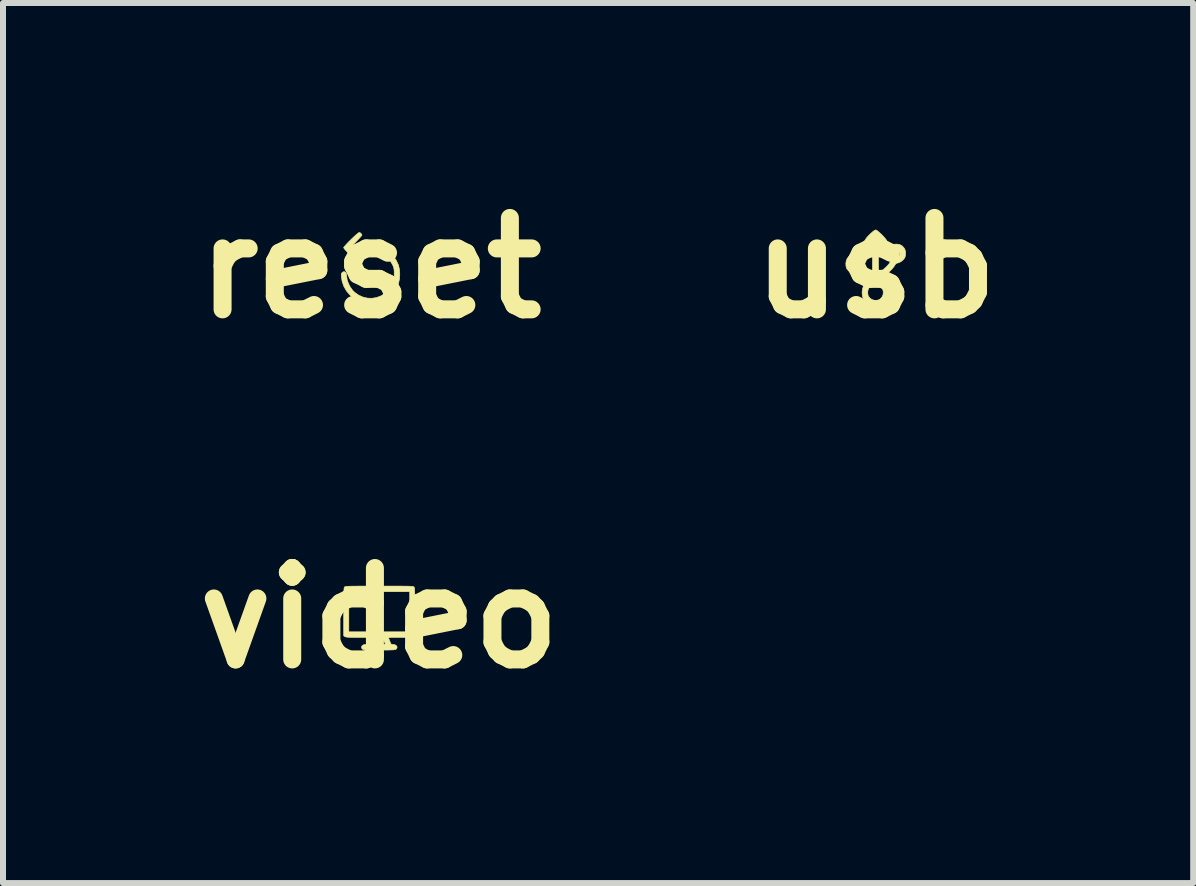
<source format=kicad_pcb>
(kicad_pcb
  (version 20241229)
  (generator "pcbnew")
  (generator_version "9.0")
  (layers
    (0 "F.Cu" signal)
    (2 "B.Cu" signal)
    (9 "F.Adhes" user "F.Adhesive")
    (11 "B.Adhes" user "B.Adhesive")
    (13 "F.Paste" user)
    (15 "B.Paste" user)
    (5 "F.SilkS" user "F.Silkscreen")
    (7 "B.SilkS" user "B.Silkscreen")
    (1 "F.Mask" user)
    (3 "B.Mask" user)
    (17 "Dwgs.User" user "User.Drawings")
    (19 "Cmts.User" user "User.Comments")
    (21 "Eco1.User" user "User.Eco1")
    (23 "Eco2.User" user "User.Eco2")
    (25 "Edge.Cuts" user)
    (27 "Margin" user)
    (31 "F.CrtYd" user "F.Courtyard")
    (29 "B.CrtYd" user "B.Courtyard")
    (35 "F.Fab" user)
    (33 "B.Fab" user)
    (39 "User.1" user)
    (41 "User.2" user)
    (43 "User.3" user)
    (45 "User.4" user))
  (footprint "usb"
    (layer "F.Cu")
    (at 11.549 1.418)
    (property "Reference" "usb" (at 0 0 0) (layer "F.SilkS") (effects (font (size 1.524 1.524) (thickness 0.3))))
    (attr through_hole)
    (fp_poly (pts (xy 0.015 -0.629) (xy 0.039 -0.611) (xy 0.068 -0.586) (xy 0.1 -0.557) (xy 0.13 -0.526) (xy 0.155 -0.497) (xy 0.174 -0.473) (xy 0.181 -0.457) (xy 0.181 -0.456) (xy 0.174 -0.434) (xy 0.155 -0.416) (xy 0.132 -0.408) (xy 0.131 -0.408) (xy 0.115 -0.414) (xy 0.093 -0.43) (xy 0.08 -0.442) (xy 0.045 -0.475) (xy 0.045 -0.201) (xy 0.046 -0.133) (xy 0.046 -0.071) (xy 0.047 -0.017) (xy 0.048 0.026) (xy 0.049 0.056) (xy 0.05 0.071) (xy 0.05 0.073) (xy 0.069 0.066) (xy 0.096 0.049) (xy 0.128 0.025) (xy 0.161 -0.004) (xy 0.192 -0.034) (xy 0.217 -0.062) (xy 0.233 -0.085) (xy 0.241 -0.104) (xy 0.239 -0.118) (xy 0.228 -0.13) (xy 0.198 -0.174) (xy 0.184 -0.222) (xy 0.184 -0.233) (xy 0.282 -0.233) (xy 0.291 -0.205) (xy 0.296 -0.198) (xy 0.319 -0.185) (xy 0.349 -0.182) (xy 0.378 -0.19) (xy 0.39 -0.2) (xy 0.406 -0.226) (xy 0.405 -0.256) (xy 0.387 -0.285) (xy 0.386 -0.286) (xy 0.358 -0.304) (xy 0.328 -0.306) (xy 0.301 -0.292) (xy 0.299 -0.29) (xy 0.285 -0.265) (xy 0.282 -0.233) (xy 0.184 -0.233) (xy 0.186 -0.271) (xy 0.203 -0.318) (xy 0.225 -0.348) (xy 0.261 -0.378) (xy 0.3 -0.395) (xy 0.347 -0.399) (xy 0.399 -0.392) (xy 0.441 -0.369) (xy 0.477 -0.329) (xy 0.478 -0.327) (xy 0.493 -0.293) (xy 0.499 -0.25) (xy 0.496 -0.206) (xy 0.486 -0.173) (xy 0.462 -0.14) (xy 0.428 -0.111) (xy 0.392 -0.091) (xy 0.373 -0.085) (xy 0.349 -0.079) (xy 0.331 -0.065) (xy 0.317 -0.042) (xy 0.288 -0.002) (xy 0.248 0.042) (xy 0.201 0.085) (xy 0.152 0.122) (xy 0.111 0.147) (xy 0.045 0.181) (xy 0.085 0.198) (xy 0.14 0.232) (xy 0.182 0.277) (xy 0.21 0.332) (xy 0.221 0.395) (xy 0.222 0.408) (xy 0.213 0.472) (xy 0.189 0.529) (xy 0.15 0.577) (xy 0.097 0.613) (xy 0.087 0.618) (xy 0.047 0.629) (xy -0.002 0.634) (xy -0.051 0.631) (xy -0.078 0.625) (xy -0.108 0.611) (xy -0.141 0.585) (xy -0.174 0.554) (xy -0.2 0.522) (xy -0.21 0.504) (xy -0.224 0.456) (xy -0.226 0.412) (xy -0.134 0.412) (xy -0.127 0.456) (xy -0.12 0.472) (xy -0.092 0.506) (xy -0.055 0.529) (xy -0.011 0.54) (xy 0.032 0.537) (xy 0.069 0.522) (xy 0.101 0.491) (xy 0.121 0.451) (xy 0.127 0.407) (xy 0.12 0.363) (xy 0.099 0.324) (xy 0.076 0.3) (xy 0.038 0.281) (xy -0.005 0.276) (xy -0.049 0.284) (xy -0.087 0.305) (xy -0.11 0.328) (xy -0.128 0.367) (xy -0.134 0.412) (xy -0.226 0.412) (xy -0.227 0.401) (xy -0.22 0.347) (xy -0.206 0.307) (xy -0.185 0.265) (xy -0.224 0.241) (xy -0.271 0.204) (xy -0.314 0.156) (xy -0.337 0.122) (xy -0.358 0.098) (xy -0.379 0.088) (xy -0.416 0.073) (xy -0.452 0.047) (xy -0.48 0.014) (xy -0.483 0.009) (xy -0.495 -0.029) (xy -0.497 -0.059) (xy -0.406 -0.059) (xy -0.395 -0.032) (xy -0.372 -0.012) (xy -0.372 -0.012) (xy -0.348 -0.002) (xy -0.329 -0.003) (xy -0.307 -0.017) (xy -0.305 -0.019) (xy -0.287 -0.043) (xy -0.282 -0.07) (xy -0.289 -0.096) (xy -0.305 -0.118) (xy -0.329 -0.131) (xy -0.357 -0.13) (xy -0.36 -0.13) (xy -0.387 -0.113) (xy -0.403 -0.088) (xy -0.406 -0.059) (xy -0.497 -0.059) (xy -0.498 -0.075) (xy -0.491 -0.12) (xy -0.475 -0.158) (xy -0.473 -0.162) (xy -0.437 -0.197) (xy -0.391 -0.219) (xy -0.338 -0.225) (xy -0.329 -0.225) (xy -0.279 -0.213) (xy -0.238 -0.188) (xy -0.208 -0.152) (xy -0.19 -0.11) (xy -0.185 -0.064) (xy -0.194 -0.016) (xy -0.218 0.029) (xy -0.227 0.04) (xy -0.243 0.06) (xy -0.253 0.076) (xy -0.254 0.08) (xy -0.247 0.091) (xy -0.23 0.11) (xy -0.205 0.132) (xy -0.178 0.155) (xy -0.152 0.173) (xy -0.132 0.185) (xy -0.131 0.185) (xy -0.104 0.193) (xy -0.078 0.193) (xy -0.078 0.193) (xy -0.054 0.188) (xy -0.054 -0.465) (xy -0.086 -0.436) (xy -0.118 -0.416) (xy -0.145 -0.409) (xy -0.167 -0.416) (xy -0.179 -0.436) (xy -0.181 -0.453) (xy -0.175 -0.47) (xy -0.157 -0.496) (xy -0.132 -0.526) (xy -0.102 -0.557) (xy -0.07 -0.587) (xy -0.041 -0.612) (xy -0.016 -0.629) (xy -0.000418 -0.635) (xy 0.015 -0.629)) (stroke (width 0.01) (type solid)) (fill yes) (layer "F.SilkS")))
  (footprint "reset"
    (layer "F.Cu")
    (at 3.128 1.418)
    (property "Reference" "reset" (at 0 0 0) (layer "F.SilkS") (effects (font (size 1.524 1.524) (thickness 0.3))))
    (attr through_hole)
    (fp_poly (pts (xy -0.171 -0.586) (xy -0.154 -0.57) (xy -0.144 -0.551) (xy -0.144 -0.547) (xy -0.15 -0.539) (xy -0.165 -0.521) (xy -0.188 -0.496) (xy -0.216 -0.466) (xy -0.222 -0.46) (xy -0.299 -0.381) (xy -0.121 -0.381) (xy -0.065 -0.381) (xy -0.011 -0.379) (xy 0.036 -0.378) (xy 0.074 -0.376) (xy 0.099 -0.373) (xy 0.101 -0.373) (xy 0.178 -0.35) (xy 0.251 -0.312) (xy 0.318 -0.262) (xy 0.377 -0.202) (xy 0.425 -0.133) (xy 0.461 -0.058) (xy 0.468 -0.038) (xy 0.482 0.03) (xy 0.487 0.106) (xy 0.482 0.182) (xy 0.467 0.251) (xy 0.466 0.253) (xy 0.432 0.333) (xy 0.383 0.407) (xy 0.322 0.471) (xy 0.251 0.525) (xy 0.172 0.564) (xy 0.165 0.567) (xy 0.133 0.577) (xy 0.099 0.584) (xy 0.056 0.587) (xy 0.021 0.589) (xy -0.019 0.59) (xy -0.055 0.589) (xy -0.082 0.589) (xy -0.093 0.588) (xy -0.165 0.567) (xy -0.237 0.532) (xy -0.304 0.486) (xy -0.342 0.452) (xy -0.402 0.382) (xy -0.445 0.307) (xy -0.474 0.224) (xy -0.486 0.151) (xy -0.489 0.12) (xy -0.488 0.1) (xy -0.483 0.087) (xy -0.475 0.077) (xy -0.452 0.062) (xy -0.431 0.062) (xy -0.413 0.077) (xy -0.402 0.103) (xy -0.398 0.136) (xy -0.391 0.195) (xy -0.37 0.256) (xy -0.339 0.317) (xy -0.299 0.372) (xy -0.264 0.407) (xy -0.198 0.453) (xy -0.127 0.485) (xy -0.053 0.502) (xy 0.021 0.505) (xy 0.094 0.494) (xy 0.165 0.469) (xy 0.23 0.432) (xy 0.288 0.382) (xy 0.336 0.32) (xy 0.362 0.274) (xy 0.375 0.245) (xy 0.384 0.223) (xy 0.39 0.201) (xy 0.393 0.177) (xy 0.394 0.144) (xy 0.394 0.106) (xy 0.394 0.062) (xy 0.392 0.031) (xy 0.389 0.007) (xy 0.383 -0.014) (xy 0.374 -0.037) (xy 0.362 -0.062) (xy 0.324 -0.125) (xy 0.276 -0.182) (xy 0.22 -0.229) (xy 0.189 -0.248) (xy 0.155 -0.264) (xy 0.12 -0.276) (xy 0.079 -0.285) (xy 0.03 -0.291) (xy -0.029 -0.294) (xy -0.101 -0.296) (xy -0.135 -0.296) (xy -0.299 -0.296) (xy -0.222 -0.217) (xy -0.193 -0.187) (xy -0.169 -0.161) (xy -0.152 -0.141) (xy -0.144 -0.131) (xy -0.144 -0.13) (xy -0.151 -0.112) (xy -0.167 -0.095) (xy -0.185 -0.085) (xy -0.189 -0.085) (xy -0.2 -0.09) (xy -0.221 -0.106) (xy -0.249 -0.13) (xy -0.281 -0.16) (xy -0.316 -0.193) (xy -0.351 -0.227) (xy -0.383 -0.261) (xy -0.412 -0.291) (xy -0.434 -0.316) (xy -0.446 -0.333) (xy -0.449 -0.339) (xy -0.443 -0.35) (xy -0.426 -0.37) (xy -0.402 -0.397) (xy -0.372 -0.429) (xy -0.338 -0.463) (xy -0.303 -0.497) (xy -0.269 -0.529) (xy -0.238 -0.557) (xy -0.212 -0.578) (xy -0.195 -0.59) (xy -0.189 -0.593) (xy -0.171 -0.586)) (stroke (width 0.01) (type solid)) (fill yes) (layer "F.SilkS")))
  (footprint "video"
    (layer "F.Cu")
    (at 3.273 7.254)
    (property "Reference" "video" (at 0 0 0) (layer "F.SilkS") (effects (font (size 1.524 1.524) (thickness 0.3))))
    (attr through_hole)
    (fp_poly (pts (xy 0.113 -0.533) (xy 0.209 -0.533) (xy 0.29 -0.533) (xy 0.358 -0.533) (xy 0.415 -0.532) (xy 0.46 -0.532) (xy 0.496 -0.531) (xy 0.523 -0.53) (xy 0.543 -0.528) (xy 0.558 -0.527) (xy 0.567 -0.525) (xy 0.573 -0.522) (xy 0.577 -0.519) (xy 0.579 -0.518) (xy 0.582 -0.513) (xy 0.585 -0.505) (xy 0.587 -0.493) (xy 0.589 -0.475) (xy 0.59 -0.45) (xy 0.591 -0.416) (xy 0.592 -0.371) (xy 0.592 -0.316) (xy 0.593 -0.247) (xy 0.593 -0.163) (xy 0.593 -0.104) (xy 0.593 0.295) (xy 0.574 0.309) (xy 0.565 0.313) (xy 0.552 0.316) (xy 0.532 0.318) (xy 0.504 0.32) (xy 0.464 0.321) (xy 0.411 0.322) (xy 0.353 0.322) (xy 0.289 0.322) (xy 0.241 0.322) (xy 0.205 0.323) (xy 0.181 0.324) (xy 0.166 0.326) (xy 0.158 0.329) (xy 0.156 0.332) (xy 0.157 0.337) (xy 0.163 0.353) (xy 0.173 0.378) (xy 0.18 0.396) (xy 0.19 0.421) (xy 0.199 0.434) (xy 0.211 0.439) (xy 0.232 0.44) (xy 0.233 0.44) (xy 0.263 0.446) (xy 0.285 0.459) (xy 0.296 0.478) (xy 0.295 0.499) (xy 0.28 0.519) (xy 0.278 0.52) (xy 0.27 0.524) (xy 0.258 0.527) (xy 0.241 0.529) (xy 0.215 0.531) (xy 0.18 0.532) (xy 0.133 0.533) (xy 0.073 0.533) (xy 0 0.533) (xy -0.075 0.533) (xy -0.134 0.533) (xy -0.181 0.532) (xy -0.216 0.531) (xy -0.241 0.529) (xy -0.259 0.527) (xy -0.27 0.524) (xy -0.278 0.52) (xy -0.294 0.501) (xy -0.296 0.481) (xy -0.286 0.461) (xy -0.265 0.447) (xy -0.236 0.44) (xy -0.231 0.44) (xy -0.212 0.439) (xy -0.199 0.434) (xy -0.198 0.432) (xy -0.099 0.432) (xy -0.095 0.436) (xy -0.083 0.438) (xy -0.061 0.44) (xy -0.026 0.44) (xy 0 0.44) (xy 0.043 0.44) (xy 0.072 0.439) (xy 0.089 0.437) (xy 0.097 0.434) (xy 0.099 0.429) (xy 0.097 0.425) (xy 0.091 0.409) (xy 0.081 0.384) (xy 0.074 0.366) (xy 0.057 0.322) (xy -0.057 0.322) (xy -0.074 0.366) (xy -0.085 0.394) (xy -0.094 0.416) (xy -0.097 0.425) (xy -0.099 0.432) (xy -0.198 0.432) (xy -0.19 0.421) (xy -0.18 0.396) (xy -0.18 0.396) (xy -0.169 0.368) (xy -0.16 0.346) (xy -0.157 0.337) (xy -0.156 0.332) (xy -0.158 0.328) (xy -0.167 0.326) (xy -0.183 0.324) (xy -0.208 0.323) (xy -0.244 0.322) (xy -0.294 0.322) (xy -0.353 0.322) (xy -0.419 0.322) (xy -0.47 0.321) (xy -0.508 0.32) (xy -0.535 0.318) (xy -0.554 0.316) (xy -0.567 0.312) (xy -0.574 0.309) (xy -0.593 0.295) (xy -0.593 -0.105) (xy -0.593 -0.198) (xy -0.593 -0.275) (xy -0.592 -0.339) (xy -0.592 -0.39) (xy -0.591 -0.43) (xy -0.591 -0.44) (xy -0.508 -0.44) (xy -0.508 0.229) (xy 0.508 0.229) (xy 0.508 -0.44) (xy -0.508 -0.44) (xy -0.591 -0.44) (xy -0.59 -0.46) (xy -0.588 -0.482) (xy -0.587 -0.498) (xy -0.584 -0.508) (xy -0.581 -0.514) (xy -0.578 -0.519) (xy -0.577 -0.519) (xy -0.573 -0.522) (xy -0.566 -0.525) (xy -0.555 -0.527) (xy -0.54 -0.528) (xy -0.518 -0.53) (xy -0.488 -0.531) (xy -0.45 -0.532) (xy -0.402 -0.532) (xy -0.342 -0.533) (xy -0.271 -0.533) (xy -0.186 -0.533) (xy -0.086 -0.533) (xy 0.001 -0.533) (xy 0.113 -0.533)) (stroke (width 0.01) (type solid)) (fill yes) (layer "F.SilkS")))
  (gr_rect
    (start -3 -3)
    (end 16.842 11.672)
    (stroke (width 0.1) (type default))
    (fill no)
    (layer "Edge.Cuts")))
</source>
